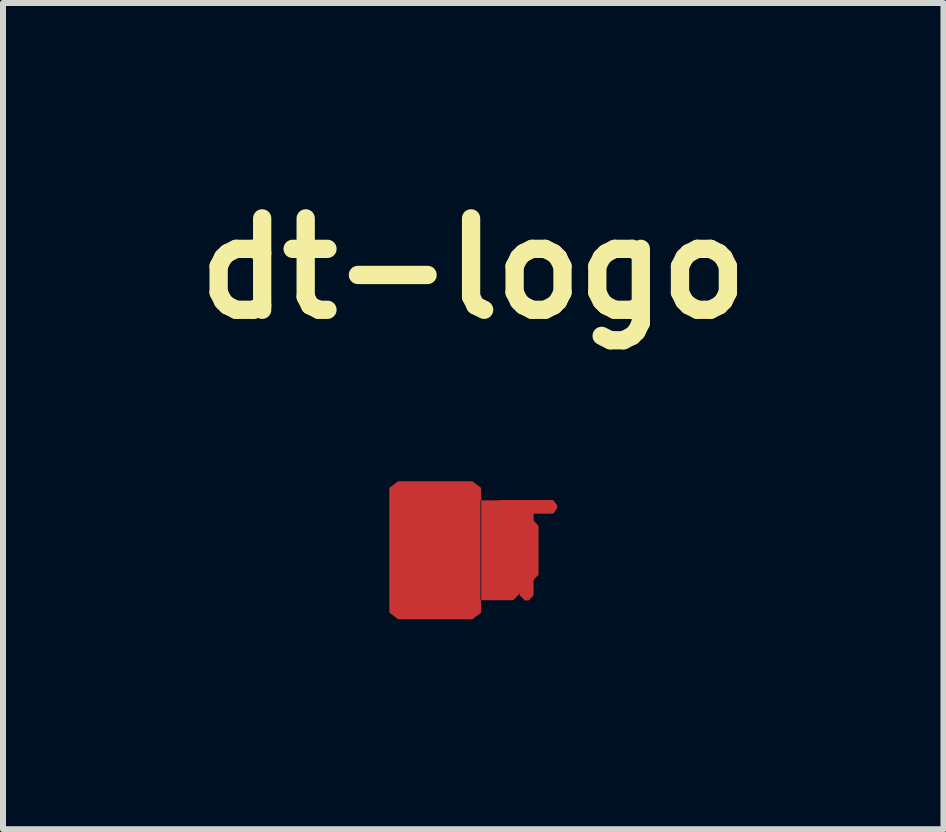
<source format=kicad_pcb>
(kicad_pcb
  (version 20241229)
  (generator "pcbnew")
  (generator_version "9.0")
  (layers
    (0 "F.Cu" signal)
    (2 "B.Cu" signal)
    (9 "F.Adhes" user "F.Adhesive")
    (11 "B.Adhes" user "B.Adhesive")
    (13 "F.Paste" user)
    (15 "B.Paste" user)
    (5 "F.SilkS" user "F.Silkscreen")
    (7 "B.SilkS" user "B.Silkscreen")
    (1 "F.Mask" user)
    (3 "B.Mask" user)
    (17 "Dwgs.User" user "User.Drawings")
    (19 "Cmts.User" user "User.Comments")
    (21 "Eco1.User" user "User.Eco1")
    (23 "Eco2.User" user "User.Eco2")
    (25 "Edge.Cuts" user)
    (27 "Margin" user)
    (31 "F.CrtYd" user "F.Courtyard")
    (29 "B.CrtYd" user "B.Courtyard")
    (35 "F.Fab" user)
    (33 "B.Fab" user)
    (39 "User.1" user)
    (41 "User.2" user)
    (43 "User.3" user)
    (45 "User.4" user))
  (footprint "dt-logo"
    (layer "F.Cu")
    (at 4.841 6.125)
    (property "Reference" "dt-logo" (at 0 -4.699 0) (layer "F.SilkS") (effects (font (size 1.524 1.524) (thickness 0.305))))
    (attr smd)
    (fp_poly (pts (xy -0.896 -0.618) (xy -0.896 0.618) (xy -0.634 0.618) (xy -0.589 0.614) (xy -0.369 0.353) (xy -0.369 -0.353) (xy -0.589 -0.614) (xy -0.634 -0.618) (xy -0.896 -0.618)) (stroke (width 0) (type solid)) (fill yes) (layer "F.Cu"))
    (fp_poly (pts (xy 0.439 -0.838) (xy 0.372 -0.748) (xy 0.372 -0.7) (xy 0.439 -0.61) (xy 0.776 -0.61) (xy 0.776 0.753) (xy 0.861 0.837) (xy 0.922 0.837) (xy 1.006 0.753) (xy 1.006 -0.61) (xy 1.333 -0.61) (xy 1.4 -0.7) (xy 1.4 -0.748) (xy 1.333 -0.838) (xy 0.439 -0.838)) (stroke (width 0) (type solid)) (fill yes) (layer "F.Cu"))
    (fp_poly (pts (xy -1.253 -1.151) (xy 0.12 -0.833) (xy 0.55 -0.833) (xy 0.659 -0.833) (xy 0.665 -0.833) (xy 1.088 -0.41) (xy 1.088 0.409) (xy 0.665 0.833) (xy 0.659 0.833) (xy 0.55 0.833) (xy 0.12 0.833) (xy 0.12 -0.833) (xy -1.253 -1.151) (xy -1.4 -1.039) (xy -1.4 1.039) (xy -1.253 1.151) (xy -0.015 1.151) (xy 0.132 1.039) (xy 0.132 -1.039) (xy -0.015 -1.151) (xy -1.253 -1.151)) (stroke (width 0) (type solid)) (fill yes) (layer "F.Cu"))
    (fp_poly (pts (xy -1.371 -1.651) (xy 1.371 -1.651) (xy 1.9 -1.122) (xy 1.9 1.122) (xy 1.371 1.651) (xy -1.371 1.651) (xy -1.9 1.122) (xy -1.9 -1.122) (xy -1.371 -1.651)) (stroke (width 0) (type solid)) (fill yes) (layer "F.Mask")))
  (gr_rect
    (start -3 -3)
    (end 12.681 10.776)
    (stroke (width 0.1) (type default))
    (fill no)
    (layer "Edge.Cuts")))
</source>
